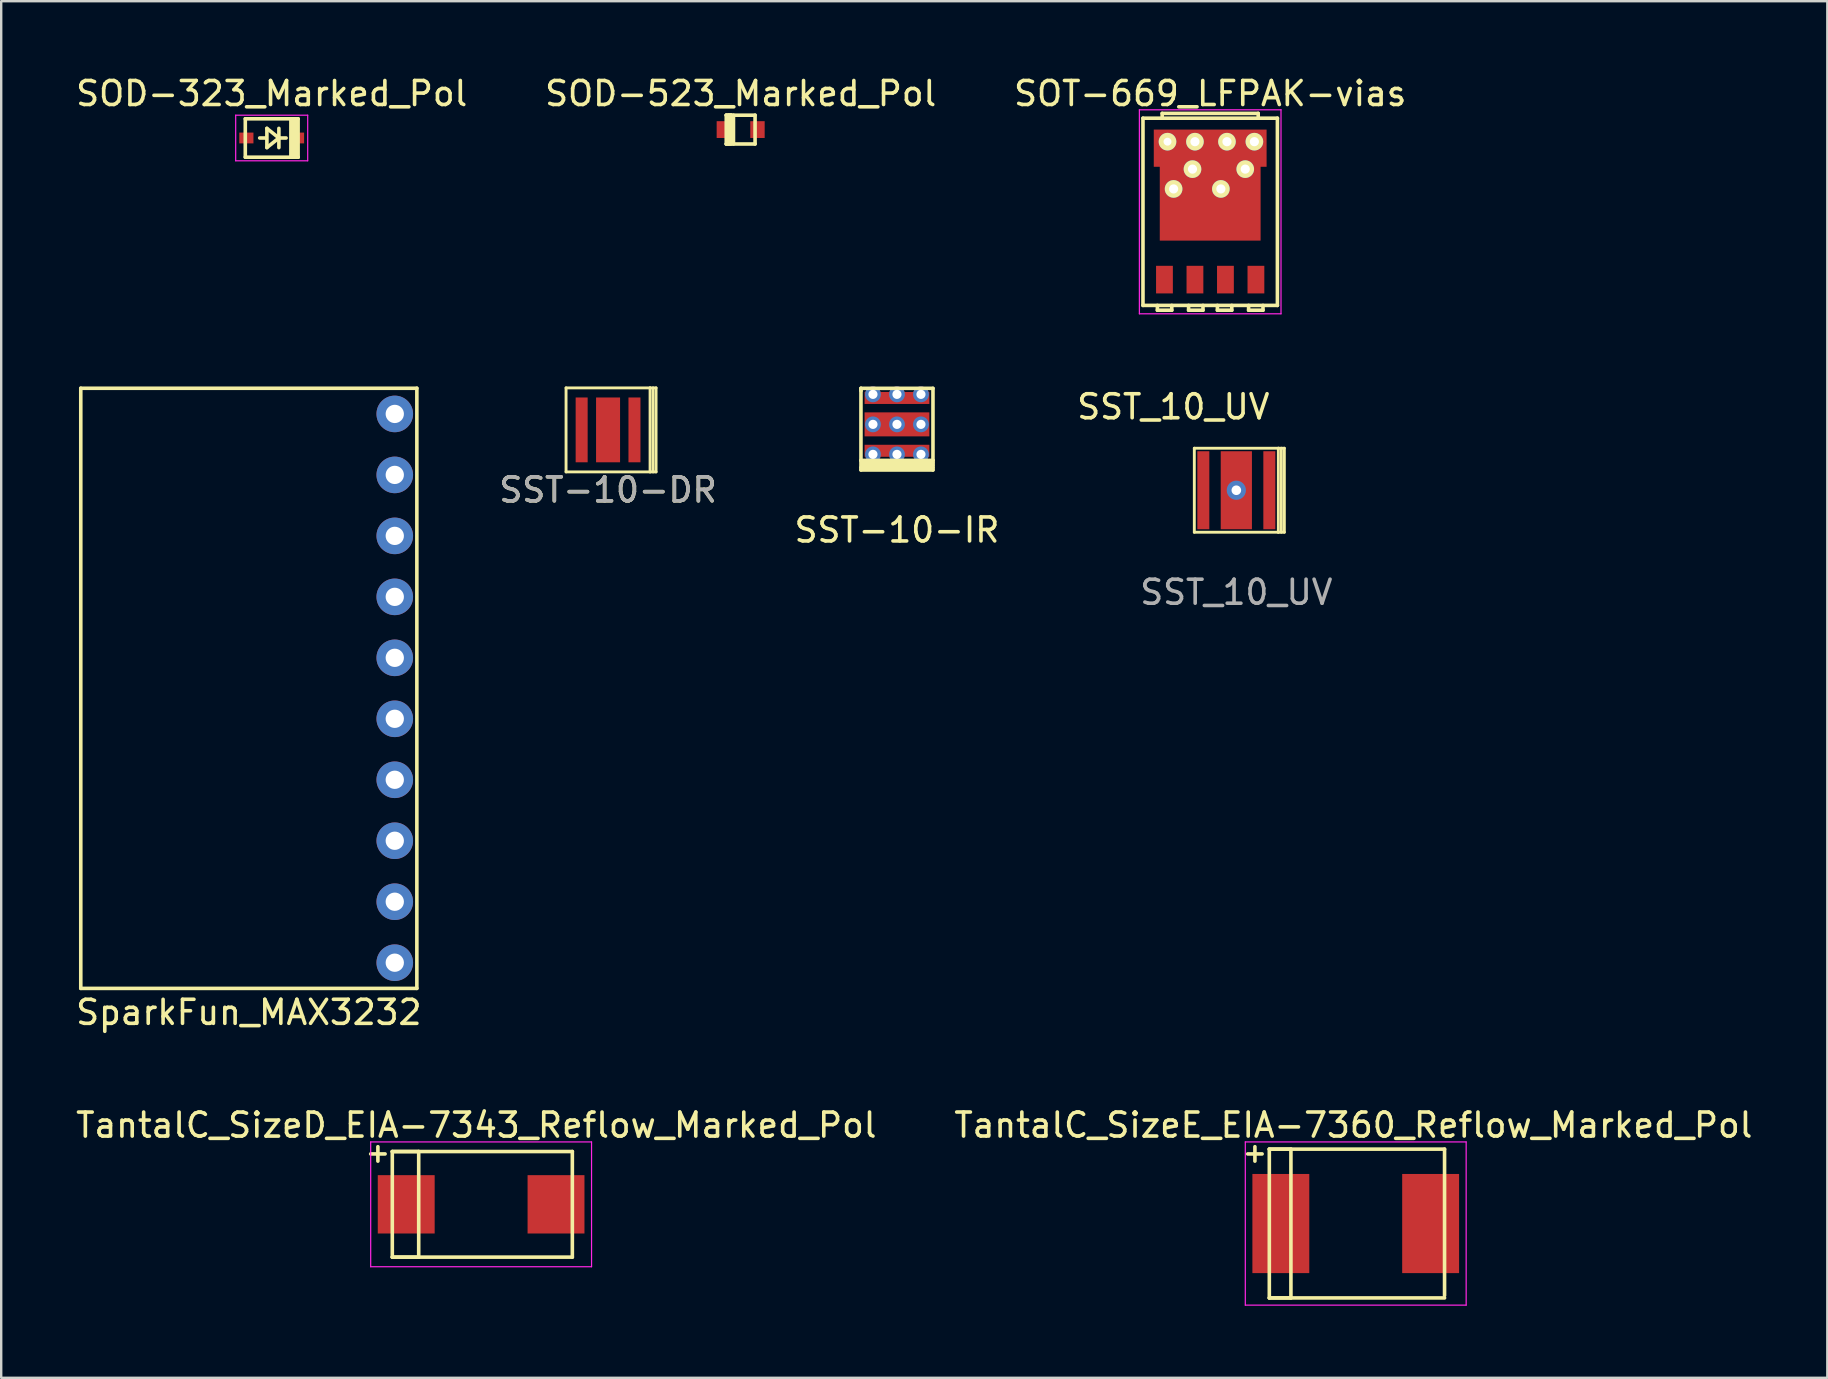
<source format=kicad_pcb>
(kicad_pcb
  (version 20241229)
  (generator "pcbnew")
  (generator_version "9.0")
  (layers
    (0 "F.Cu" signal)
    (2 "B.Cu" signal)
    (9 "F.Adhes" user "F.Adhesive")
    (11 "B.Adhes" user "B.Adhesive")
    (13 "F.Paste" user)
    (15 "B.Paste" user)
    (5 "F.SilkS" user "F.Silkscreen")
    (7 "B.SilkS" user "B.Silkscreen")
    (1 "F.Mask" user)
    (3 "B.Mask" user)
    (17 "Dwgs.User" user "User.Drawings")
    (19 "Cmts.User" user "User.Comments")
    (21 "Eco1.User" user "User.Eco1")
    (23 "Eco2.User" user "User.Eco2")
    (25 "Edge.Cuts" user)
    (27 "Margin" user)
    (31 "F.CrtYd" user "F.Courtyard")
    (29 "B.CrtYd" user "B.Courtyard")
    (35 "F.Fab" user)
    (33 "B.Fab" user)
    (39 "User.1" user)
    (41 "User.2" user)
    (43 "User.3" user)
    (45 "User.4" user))
  (footprint "SST_10_UV"
    (layer "F.Cu")
    (at 48.452 17.372)
    (property "Reference" "SST_10_UV" (at -2.625 -3.475 0) (unlocked yes) (layer "F.SilkS") (effects (font (size 1 1) (thickness 0.15))))
    (attr smd)
    (fp_line (start -1.75 -1.75) (end 1.75 -1.75) (stroke (width 0.12) (type solid)) (layer "F.SilkS"))
    (fp_line (start -1.75 1.75) (end -1.75 -1.75) (stroke (width 0.12) (type solid)) (layer "F.SilkS"))
    (fp_line (start 1.75 -1.75) (end 1.75 1.75) (stroke (width 0.12) (type solid)) (layer "F.SilkS"))
    (fp_line (start 1.75 -1.75) (end 2 -1.75) (stroke (width 0.12) (type solid)) (layer "F.SilkS"))
    (fp_line (start 1.75 1.75) (end -1.75 1.75) (stroke (width 0.12) (type solid)) (layer "F.SilkS"))
    (fp_line (start 1.875 1.75) (end 1.875 -1.75) (stroke (width 0.12) (type solid)) (layer "F.SilkS"))
    (fp_line (start 2 -1.75) (end 2 1.75) (stroke (width 0.12) (type solid)) (layer "F.SilkS"))
    (fp_line (start 2 1.75) (end 1.75 1.75) (stroke (width 0.12) (type solid)) (layer "F.SilkS"))
    (fp_text user "${REFERENCE}" (at 0 4.25 0) (unlocked yes) (layer "F.Fab") (effects (font (size 1 1) (thickness 0.15))))
    (pad "1" smd rect (at 1.375 0) (size 0.5 3.25) (layers "F.Cu" "F.Mask" "F.Paste"))
    (pad "2" smd rect (at -1.375 0) (size 0.5 3.25) (layers "F.Cu" "F.Mask" "F.Paste"))
    (pad "3" thru_hole circle (at 0 0) (size 0.8 0.8) (drill 0.4) (layers "*.Cu" "*.Mask"))
    (pad "3" smd rect (at 0 0) (size 1.3 3.25) (layers "F.Cu" "F.Mask" "F.Paste")))
  (footprint "SST-10-IR"
    (layer "F.Cu")
    (at 34.315 14.628)
    (property "Reference" "SST-10-IR" (at 0 4.4 0) (layer "F.SilkS") (effects (font (size 1 1) (thickness 0.15))))
    (attr smd)
    (fp_line (start -1.5 -1.5) (end 1.5 -1.5) (stroke (width 0.15) (type solid)) (layer "F.SilkS"))
    (fp_line (start -1.5 -1.4) (end -1.5 -1.5) (stroke (width 0.15) (type solid)) (layer "F.SilkS"))
    (fp_line (start -1.5 1.5) (end -1.5 -1.5) (stroke (width 0.15) (type solid)) (layer "F.SilkS"))
    (fp_line (start -1.5 1.5) (end -1.5 1.9) (stroke (width 0.15) (type solid)) (layer "F.SilkS"))
    (fp_line (start -1.5 1.8) (end 1.5 1.8) (stroke (width 0.15) (type solid)) (layer "F.SilkS"))
    (fp_line (start -1.5 1.9) (end 1.5 1.9) (stroke (width 0.15) (type solid)) (layer "F.SilkS"))
    (fp_line (start -1.4 1.6) (end 1.5 1.6) (stroke (width 0.15) (type solid)) (layer "F.SilkS"))
    (fp_line (start 1.5 -1.5) (end 1.5 1.5) (stroke (width 0.15) (type solid)) (layer "F.SilkS"))
    (fp_line (start 1.5 1.5) (end -1.5 1.5) (stroke (width 0.15) (type solid)) (layer "F.SilkS"))
    (fp_line (start 1.5 1.7) (end -1.4 1.7) (stroke (width 0.15) (type solid)) (layer "F.SilkS"))
    (fp_line (start 1.5 1.9) (end 1.5 1.5) (stroke (width 0.15) (type solid)) (layer "F.SilkS"))
    (pad "A" thru_hole circle (at -1 -1.25) (size 0.66 0.66) (drill 0.381) (layers "*.Cu" "*.Mask"))
    (pad "A" thru_hole circle (at 0 -1.25) (size 0.66 0.66) (drill 0.381) (layers "*.Cu" "*.Mask"))
    (pad "A" smd rect (at 0 -1.1) (size 2.7 0.5) (layers "F.Cu" "F.Mask" "F.Paste"))
    (pad "A" thru_hole circle (at 1 -1.25) (size 0.66 0.66) (drill 0.381) (layers "*.Cu" "*.Mask"))
    (pad "K" thru_hole circle (at -1 1.25) (size 0.66 0.66) (drill 0.381) (layers "*.Cu" "*.Mask"))
    (pad "K" smd rect (at 0 1.1) (size 2.7 0.5) (layers "F.Cu" "F.Mask" "F.Paste"))
    (pad "K" thru_hole circle (at 0 1.25) (size 0.66 0.66) (drill 0.381) (layers "*.Cu" "*.Mask"))
    (pad "K" thru_hole circle (at 1 1.25) (size 0.66 0.66) (drill 0.381) (layers "*.Cu" "*.Mask"))
    (pad "T" thru_hole circle (at -1 0) (size 0.66 0.66) (drill 0.381) (layers "*.Cu" "*.Mask"))
    (pad "T" thru_hole circle (at 0 0) (size 0.66 0.66) (drill 0.381) (layers "*.Cu" "*.Mask"))
    (pad "T" smd rect (at 0 0) (size 2.7 1) (layers "F.Cu" "F.Mask" "F.Paste"))
    (pad "T" thru_hole circle (at 1 0) (size 0.66 0.66) (drill 0.381) (layers "*.Cu" "*.Mask")))
  (footprint "TantalC_SizeE_EIA-7360_Reflow_Marked_Pol"
    (layer "F.Cu")
    (at 53.426 47.919)
    (property "Reference" "TantalC_SizeE_EIA-7360_Reflow_Marked_Pol" (at -0.099 -4.1 0) (layer "F.SilkS") (effects (font (size 1 1) (thickness 0.15))))
    (attr smd)
    (fp_line (start -4.5 -2.9) (end -3.9 -2.9) (stroke (width 0.15) (type solid)) (layer "F.SilkS"))
    (fp_line (start -4.2 -3.2) (end -4.2 -2.6) (stroke (width 0.15) (type solid)) (layer "F.SilkS"))
    (fp_line (start -3.6 -3.1) (end -3.6 3.1) (stroke (width 0.15) (type solid)) (layer "F.SilkS"))
    (fp_line (start -3.6 -3.1) (end 3.7 -3.1) (stroke (width 0.15) (type solid)) (layer "F.SilkS"))
    (fp_line (start -3.6 3.1) (end -2.7 3.1) (stroke (width 0.15) (type solid)) (layer "F.SilkS"))
    (fp_line (start -2.7 -3.1) (end -3.6 -3.1) (stroke (width 0.15) (type solid)) (layer "F.SilkS"))
    (fp_line (start -2.7 3.1) (end -2.7 -3.1) (stroke (width 0.15) (type solid)) (layer "F.SilkS"))
    (fp_line (start 3.7 -3.1) (end 3.7 3) (stroke (width 0.15) (type solid)) (layer "F.SilkS"))
    (fp_line (start 3.7 3.1) (end -3.6 3.1) (stroke (width 0.15) (type solid)) (layer "F.SilkS"))
    (fp_line (start -4.6 -3.4) (end -4.6 3.4) (stroke (width 0.05) (type solid)) (layer "F.CrtYd"))
    (fp_line (start -4.6 3.4) (end 4.6 3.4) (stroke (width 0.05) (type solid)) (layer "F.CrtYd"))
    (fp_line (start 4.6 -3.4) (end -4.6 -3.4) (stroke (width 0.05) (type solid)) (layer "F.CrtYd"))
    (fp_line (start 4.6 3.4) (end 4.6 -3.4) (stroke (width 0.05) (type solid)) (layer "F.CrtYd"))
    (pad "1" smd rect (at -3.12 0) (size 2.37 4.13) (layers "F.Cu" "F.Mask" "F.Paste"))
    (pad "2" smd rect (at 3.12 0) (size 2.37 4.13) (layers "F.Cu" "F.Mask" "F.Paste")))
  (footprint "TantalC_SizeD_EIA-7343_Reflow_Marked_Pol"
    (layer "F.Cu")
    (at 16.992 47.119)
    (property "Reference" "TantalC_SizeD_EIA-7343_Reflow_Marked_Pol" (at -0.201 -3.299 0) (layer "F.SilkS") (effects (font (size 1 1) (thickness 0.15))))
    (attr smd)
    (fp_line (start -4.6 -2.1) (end -4 -2.1) (stroke (width 0.15) (type solid)) (layer "F.SilkS"))
    (fp_line (start -4.3 -2.4) (end -4.3 -1.8) (stroke (width 0.15) (type solid)) (layer "F.SilkS"))
    (fp_line (start -3.7 -2.2) (end -3.7 2.2) (stroke (width 0.15) (type solid)) (layer "F.SilkS"))
    (fp_line (start -3.7 -2.2) (end 3.8 -2.2) (stroke (width 0.15) (type solid)) (layer "F.SilkS"))
    (fp_line (start -3.7 2.2) (end -2.6 2.2) (stroke (width 0.15) (type solid)) (layer "F.SilkS"))
    (fp_line (start -2.6 -2.2) (end -3.7 -2.2) (stroke (width 0.15) (type solid)) (layer "F.SilkS"))
    (fp_line (start -2.6 2.2) (end -2.6 -2.2) (stroke (width 0.15) (type solid)) (layer "F.SilkS"))
    (fp_line (start 3.8 -2.2) (end 3.8 2.2) (stroke (width 0.15) (type solid)) (layer "F.SilkS"))
    (fp_line (start 3.8 2.2) (end -3.7 2.2) (stroke (width 0.15) (type solid)) (layer "F.SilkS"))
    (fp_line (start -4.6 -2.6) (end -4.6 2.6) (stroke (width 0.05) (type solid)) (layer "F.CrtYd"))
    (fp_line (start -4.6 2.6) (end 4.6 2.6) (stroke (width 0.05) (type solid)) (layer "F.CrtYd"))
    (fp_line (start 4.6 -2.6) (end -4.6 -2.6) (stroke (width 0.05) (type solid)) (layer "F.CrtYd"))
    (fp_line (start 4.6 2.6) (end 4.6 -2.6) (stroke (width 0.05) (type solid)) (layer "F.CrtYd"))
    (pad "1" smd rect (at -3.12 0) (size 2.37 2.43) (layers "F.Cu" "F.Mask" "F.Paste"))
    (pad "2" smd rect (at 3.12 0) (size 2.37 2.43) (layers "F.Cu" "F.Mask" "F.Paste")))
  (footprint "SOD-323_Marked_Pol"
    (layer "F.Cu")
    (at 8.268 2.698)
    (property "Reference" "SOD-323_Marked_Pol" (at 0 -1.85 0) (layer "F.SilkS") (effects (font (size 1 1) (thickness 0.15))))
    (attr smd)
    (fp_line (start -1.1 -0.8) (end -1.1 0.8) (stroke (width 0.15) (type solid)) (layer "F.SilkS"))
    (fp_line (start -1.1 -0.8) (end 1.1 -0.8) (stroke (width 0.15) (type solid)) (layer "F.SilkS"))
    (fp_line (start -1.1 0.8) (end 1.1 0.8) (stroke (width 0.15) (type solid)) (layer "F.SilkS"))
    (fp_line (start -0.25 0) (end -0.5 0) (stroke (width 0.15) (type solid)) (layer "F.SilkS"))
    (fp_line (start -0.2 -0.4) (end -0.2 0.4) (stroke (width 0.15) (type solid)) (layer "F.SilkS"))
    (fp_line (start -0.2 0.4) (end 0.3 0) (stroke (width 0.15) (type solid)) (layer "F.SilkS"))
    (fp_line (start 0.3 -0.4) (end 0.3 0.4) (stroke (width 0.15) (type solid)) (layer "F.SilkS"))
    (fp_line (start 0.3 0) (end -0.2 -0.4) (stroke (width 0.15) (type solid)) (layer "F.SilkS"))
    (fp_line (start 0.3 0) (end 0.6 0) (stroke (width 0.15) (type solid)) (layer "F.SilkS"))
    (fp_line (start 0.8 -0.8) (end 0.9 -0.8) (stroke (width 0.15) (type solid)) (layer "F.SilkS"))
    (fp_line (start 0.8 0.8) (end 0.8 -0.8) (stroke (width 0.15) (type solid)) (layer "F.SilkS"))
    (fp_line (start 0.9 -0.8) (end 0.9 0.7) (stroke (width 0.15) (type solid)) (layer "F.SilkS"))
    (fp_line (start 0.9 0.7) (end 1 0.7) (stroke (width 0.15) (type solid)) (layer "F.SilkS"))
    (fp_line (start 1 0.7) (end 1 -0.7) (stroke (width 0.15) (type solid)) (layer "F.SilkS"))
    (fp_line (start 1.1 -0.8) (end 1.1 0.8) (stroke (width 0.15) (type solid)) (layer "F.SilkS"))
    (fp_line (start 1.1 0.8) (end 0.8 0.8) (stroke (width 0.15) (type solid)) (layer "F.SilkS"))
    (fp_line (start -1.5 -0.95) (end -1.5 0.95) (stroke (width 0.05) (type solid)) (layer "F.CrtYd"))
    (fp_line (start -1.5 -0.95) (end 1.5 -0.95) (stroke (width 0.05) (type solid)) (layer "F.CrtYd"))
    (fp_line (start -1.5 0.95) (end 1.5 0.95) (stroke (width 0.05) (type solid)) (layer "F.CrtYd"))
    (fp_line (start 1.5 -0.95) (end 1.5 0.95) (stroke (width 0.05) (type solid)) (layer "F.CrtYd"))
    (pad "1" smd rect (at -1.055 0) (size 0.59 0.45) (layers "F.Cu" "F.Mask" "F.Paste"))
    (pad "2" smd rect (at 1.055 0) (size 0.59 0.45) (layers "F.Cu" "F.Mask" "F.Paste")))
  (footprint "SOT-669_LFPAK-vias"
    (layer "F.Cu")
    (at 47.363 5.773)
    (property "Reference" "SOT-669_LFPAK-vias" (at 0 -4.925 0) (layer "F.SilkS") (effects (font (size 1 1) (thickness 0.15))))
    (attr smd)
    (fp_line (start -2.8 -3.9) (end 2.8 -3.9) (stroke (width 0.15) (type solid)) (layer "F.SilkS"))
    (fp_line (start -2.8 3.9) (end -2.8 -3.9) (stroke (width 0.15) (type solid)) (layer "F.SilkS"))
    (fp_line (start -2.2 3.9) (end -2.2 4.1) (stroke (width 0.15) (type solid)) (layer "F.SilkS"))
    (fp_line (start -2.2 4.1) (end -1.6 4.1) (stroke (width 0.15) (type solid)) (layer "F.SilkS"))
    (fp_line (start -2 -4.1) (end 2 -4.1) (stroke (width 0.15) (type solid)) (layer "F.SilkS"))
    (fp_line (start -2 -3.9) (end -2 -4.1) (stroke (width 0.15) (type solid)) (layer "F.SilkS"))
    (fp_line (start -1.6 4.1) (end -1.6 3.9) (stroke (width 0.15) (type solid)) (layer "F.SilkS"))
    (fp_line (start -0.9 3.9) (end -0.9 4.1) (stroke (width 0.15) (type solid)) (layer "F.SilkS"))
    (fp_line (start -0.9 4.1) (end -0.3 4.1) (stroke (width 0.15) (type solid)) (layer "F.SilkS"))
    (fp_line (start -0.3 4.1) (end -0.3 3.9) (stroke (width 0.15) (type solid)) (layer "F.SilkS"))
    (fp_line (start 0.3 3.9) (end 0.3 4.1) (stroke (width 0.15) (type solid)) (layer "F.SilkS"))
    (fp_line (start 0.3 4.1) (end 0.9 4.1) (stroke (width 0.15) (type solid)) (layer "F.SilkS"))
    (fp_line (start 0.9 4.1) (end 0.9 3.9) (stroke (width 0.15) (type solid)) (layer "F.SilkS"))
    (fp_line (start 1.6 3.9) (end 1.6 4.1) (stroke (width 0.15) (type solid)) (layer "F.SilkS"))
    (fp_line (start 1.6 4.1) (end 2.2 4.1) (stroke (width 0.15) (type solid)) (layer "F.SilkS"))
    (fp_line (start 2 -4.1) (end 2 -3.9) (stroke (width 0.15) (type solid)) (layer "F.SilkS"))
    (fp_line (start 2.2 4.1) (end 2.2 3.9) (stroke (width 0.15) (type solid)) (layer "F.SilkS"))
    (fp_line (start 2.8 -3.9) (end 2.8 3.9) (stroke (width 0.15) (type solid)) (layer "F.SilkS"))
    (fp_line (start 2.8 3.9) (end -2.8 3.9) (stroke (width 0.15) (type solid)) (layer "F.SilkS"))
    (fp_line (start -2.95 -4.25) (end 2.95 -4.25) (stroke (width 0.05) (type solid)) (layer "F.CrtYd"))
    (fp_line (start -2.95 4.25) (end -2.95 -4.25) (stroke (width 0.05) (type solid)) (layer "F.CrtYd"))
    (fp_line (start -2.95 4.25) (end 2.95 4.25) (stroke (width 0.05) (type solid)) (layer "F.CrtYd"))
    (fp_line (start 2.95 -4.25) (end 2.95 4.25) (stroke (width 0.05) (type solid)) (layer "F.CrtYd"))
    (pad "1" smd rect (at -1.905 2.825) (size 0.7 1.15) (layers "F.Cu" "F.Mask" "F.Paste"))
    (pad "2" smd rect (at -0.635 2.825) (size 0.7 1.15) (layers "F.Cu" "F.Mask" "F.Paste"))
    (pad "3" smd rect (at 0.635 2.825) (size 0.7 1.15) (layers "F.Cu" "F.Mask" "F.Paste"))
    (pad "4" smd rect (at 1.905 2.825) (size 0.7 1.15) (layers "F.Cu" "F.Mask" "F.Paste"))
    (pad "5" thru_hole circle (at -1.778 -2.921) (size 0.737 0.737) (drill 0.33) (layers "*.Cu" "*.Mask" "F.SilkS"))
    (pad "5" thru_hole circle (at -1.524 -0.953) (size 0.737 0.737) (drill 0.381) (layers "*.Cu" "*.Mask" "F.SilkS"))
    (pad "5" thru_hole circle (at -0.737 -1.778) (size 0.737 0.737) (drill 0.381) (layers "*.Cu" "*.Mask" "F.SilkS"))
    (pad "5" thru_hole circle (at -0.635 -2.921) (size 0.737 0.737) (drill 0.381) (layers "*.Cu" "*.Mask" "F.SilkS"))
    (pad "5" smd rect (at 0 -2.65) (size 4.7 1.55) (layers "F.Cu" "F.Mask"))
    (pad "5" smd rect (at 0 -0.45) (size 4.2 3.3) (layers "F.Cu" "F.Mask"))
    (pad "5" thru_hole circle (at 0.445 -0.953) (size 0.737 0.737) (drill 0.381) (layers "*.Cu" "*.Mask" "F.SilkS"))
    (pad "5" thru_hole circle (at 0.699 -2.921) (size 0.737 0.737) (drill 0.381) (layers "*.Cu" "*.Mask" "F.SilkS"))
    (pad "5" thru_hole circle (at 1.46 -1.778) (size 0.737 0.737) (drill 0.381) (layers "*.Cu" "*.Mask" "F.SilkS"))
    (pad "5" thru_hole circle (at 1.841 -2.921) (size 0.737 0.737) (drill 0.381) (layers "*.Cu" "*.Mask" "F.SilkS")))
  (footprint "SST-10-DR"
    (layer "F.Cu")
    (at 22.28 14.858)
    (property "Reference" "SST-10-DR" (at 0 2.5 0) (unlocked yes) (layer "F.SilkS") (effects (font (size 1 1) (thickness 0.15))))
    (attr smd)
    (fp_line (start -1.75 -1.75) (end 1.75 -1.75) (stroke (width 0.12) (type solid)) (layer "F.SilkS"))
    (fp_line (start -1.75 1.75) (end -1.75 -1.75) (stroke (width 0.12) (type solid)) (layer "F.SilkS"))
    (fp_line (start 1.75 -1.75) (end 1.75 1.75) (stroke (width 0.12) (type solid)) (layer "F.SilkS"))
    (fp_line (start 1.75 -1.75) (end 2 -1.75) (stroke (width 0.12) (type solid)) (layer "F.SilkS"))
    (fp_line (start 1.75 1.75) (end -1.75 1.75) (stroke (width 0.12) (type solid)) (layer "F.SilkS"))
    (fp_line (start 1.875 1.75) (end 1.875 -1.75) (stroke (width 0.12) (type solid)) (layer "F.SilkS"))
    (fp_line (start 2 -1.75) (end 2 1.75) (stroke (width 0.12) (type solid)) (layer "F.SilkS"))
    (fp_line (start 2 1.75) (end 1.75 1.75) (stroke (width 0.12) (type solid)) (layer "F.SilkS"))
    (fp_text user "${REFERENCE}" (at 0 2.5 0) (unlocked yes) (layer "F.Fab") (effects (font (size 1 1) (thickness 0.15))))
    (pad "1" smd rect (at 1.1 0) (size 0.5 2.7) (layers "F.Cu" "F.Mask" "F.Paste"))
    (pad "2" smd rect (at -1.1 0) (size 0.5 2.7) (layers "F.Cu" "F.Mask" "F.Paste"))
    (pad "3" smd rect (at 0 0) (size 1 2.7) (layers "F.Cu" "F.Mask" "F.Paste")))
  (footprint "SOD-523_Marked_Pol"
    (layer "F.Cu")
    (at 27.804 2.348)
    (property "Reference" "SOD-523_Marked_Pol" (at 0 -1.5 0) (layer "F.SilkS") (effects (font (size 1 1) (thickness 0.15))))
    (attr smd)
    (fp_line (start -0.6 -0.6) (end -0.6 0.6) (stroke (width 0.15) (type solid)) (layer "F.SilkS"))
    (fp_line (start -0.6 0.6) (end -0.4 0.6) (stroke (width 0.15) (type solid)) (layer "F.SilkS"))
    (fp_line (start -0.6 0.6) (end 0.6 0.6) (stroke (width 0.15) (type solid)) (layer "F.SilkS"))
    (fp_line (start -0.5 -0.6) (end -0.4 -0.6) (stroke (width 0.15) (type solid)) (layer "F.SilkS"))
    (fp_line (start -0.5 -0.5) (end -0.5 -0.6) (stroke (width 0.15) (type solid)) (layer "F.SilkS"))
    (fp_line (start -0.5 0.6) (end -0.5 -0.5) (stroke (width 0.15) (type solid)) (layer "F.SilkS"))
    (fp_line (start -0.4 -0.6) (end -0.6 -0.6) (stroke (width 0.15) (type solid)) (layer "F.SilkS"))
    (fp_line (start -0.4 -0.6) (end -0.4 0.5) (stroke (width 0.15) (type solid)) (layer "F.SilkS"))
    (fp_line (start -0.3 -0.6) (end -0.3 0.6) (stroke (width 0.15) (type solid)) (layer "F.SilkS"))
    (fp_line (start 0.6 -0.6) (end -0.6 -0.6) (stroke (width 0.15) (type solid)) (layer "F.SilkS"))
    (fp_line (start 0.6 -0.6) (end 0.6 0.6) (stroke (width 0.15) (type solid)) (layer "F.SilkS"))
    (pad "1" smd rect (at 0.7 0) (size 0.6 0.7) (layers "F.Cu" "F.Mask" "F.Paste"))
    (pad "2" smd rect (at -0.7 0) (size 0.6 0.7) (layers "F.Cu" "F.Mask" "F.Paste")))
  (footprint "SparkFun_MAX3232"
    (layer "F.Cu")
    (at 7.315 25.623)
    (property "Reference" "SparkFun_MAX3232" (at 0 13.5 0) (layer "F.SilkS") (effects (font (size 1 1) (thickness 0.15))))
    (attr through_hole)
    (fp_line (start -7 -12.5) (end 7 -12.5) (stroke (width 0.15) (type solid)) (layer "F.SilkS"))
    (fp_line (start -7 12.5) (end -7 -12.5) (stroke (width 0.15) (type solid)) (layer "F.SilkS"))
    (fp_line (start 7 -12.5) (end 7 12.5) (stroke (width 0.15) (type solid)) (layer "F.SilkS"))
    (fp_line (start 7 12.5) (end -7 12.5) (stroke (width 0.15) (type solid)) (layer "F.SilkS"))
    (pad "1" thru_hole circle (at 6.08 -11.43) (size 1.524 1.524) (drill 0.762) (layers "*.Cu" "*.Mask"))
    (pad "2" thru_hole circle (at 6.08 -8.89) (size 1.524 1.524) (drill 0.762) (layers "*.Cu" "*.Mask"))
    (pad "3" thru_hole circle (at 6.08 -6.35) (size 1.524 1.524) (drill 0.762) (layers "*.Cu" "*.Mask"))
    (pad "4" thru_hole circle (at 6.08 -3.81) (size 1.524 1.524) (drill 0.762) (layers "*.Cu" "*.Mask"))
    (pad "5" thru_hole circle (at 6.08 -1.27) (size 1.524 1.524) (drill 0.762) (layers "*.Cu" "*.Mask"))
    (pad "6" thru_hole circle (at 6.08 1.27) (size 1.524 1.524) (drill 0.762) (layers "*.Cu" "*.Mask"))
    (pad "7" thru_hole circle (at 6.08 3.81) (size 1.524 1.524) (drill 0.762) (layers "*.Cu" "*.Mask"))
    (pad "8" thru_hole circle (at 6.08 6.35) (size 1.524 1.524) (drill 0.762) (layers "*.Cu" "*.Mask"))
    (pad "9" thru_hole circle (at 6.08 8.89) (size 1.524 1.524) (drill 0.762) (layers "*.Cu" "*.Mask"))
    (pad "10" thru_hole circle (at 6.08 11.43) (size 1.524 1.524) (drill 0.762) (layers "*.Cu" "*.Mask")))
  (gr_rect
    (start -3 -3)
    (end 73.071 54.344)
    (stroke (width 0.1) (type default))
    (fill no)
    (layer "Edge.Cuts")))
</source>
